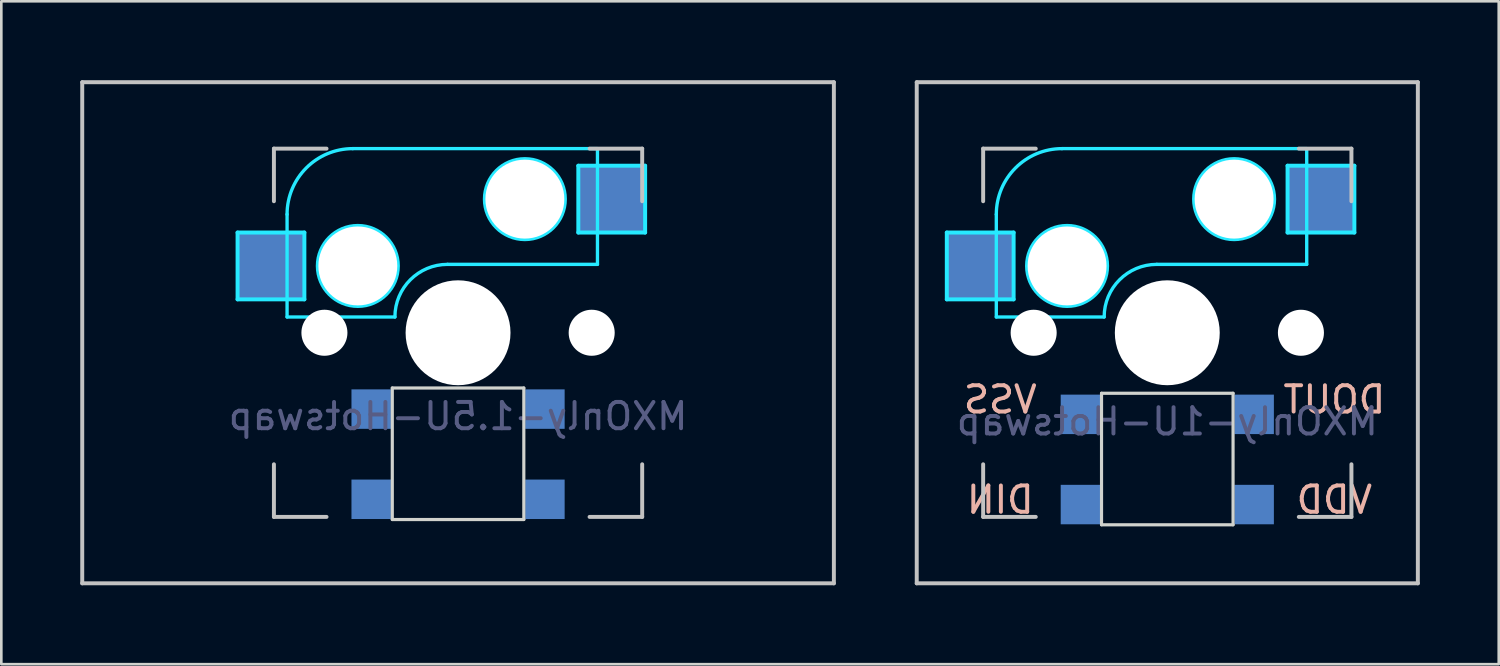
<source format=kicad_pcb>
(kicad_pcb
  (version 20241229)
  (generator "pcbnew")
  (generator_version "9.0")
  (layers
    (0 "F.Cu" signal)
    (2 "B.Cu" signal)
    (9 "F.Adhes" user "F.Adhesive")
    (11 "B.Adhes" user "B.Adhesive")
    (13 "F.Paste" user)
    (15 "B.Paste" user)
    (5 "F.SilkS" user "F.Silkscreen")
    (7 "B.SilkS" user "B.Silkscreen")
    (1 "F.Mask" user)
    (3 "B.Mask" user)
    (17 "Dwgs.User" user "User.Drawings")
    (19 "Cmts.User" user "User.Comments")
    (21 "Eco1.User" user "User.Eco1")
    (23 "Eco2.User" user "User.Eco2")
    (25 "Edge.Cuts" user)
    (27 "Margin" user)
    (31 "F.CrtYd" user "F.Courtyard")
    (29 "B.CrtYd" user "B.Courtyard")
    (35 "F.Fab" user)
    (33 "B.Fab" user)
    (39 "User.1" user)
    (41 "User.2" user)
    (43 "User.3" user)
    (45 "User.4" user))
  (footprint "MXOnly-1U-Hotswap"
    (layer "F.Cu")
    (at 41.325 9.6)
    (property "Reference" "MXOnly-1U-Hotswap" (at 0 3.375 0) (layer "B.Fab") (effects (font (size 1 1) (thickness 0.15)) (justify mirror)))
    (attr smd)
    (fp_line (start -9.525 -9.525) (end 9.525 -9.525) (stroke (width 0.15) (type solid)) (layer "Dwgs.User"))
    (fp_line (start -9.525 9.525) (end -9.525 -9.525) (stroke (width 0.15) (type solid)) (layer "Dwgs.User"))
    (fp_line (start -7 -7) (end -7 -5) (stroke (width 0.15) (type solid)) (layer "Dwgs.User"))
    (fp_line (start -7 5) (end -7 7) (stroke (width 0.15) (type solid)) (layer "Dwgs.User"))
    (fp_line (start -7 7) (end -5 7) (stroke (width 0.15) (type solid)) (layer "Dwgs.User"))
    (fp_line (start -5 -7) (end -7 -7) (stroke (width 0.15) (type solid)) (layer "Dwgs.User"))
    (fp_line (start 5 -7) (end 7 -7) (stroke (width 0.15) (type solid)) (layer "Dwgs.User"))
    (fp_line (start 5 7) (end 7 7) (stroke (width 0.15) (type solid)) (layer "Dwgs.User"))
    (fp_line (start 7 -7) (end 7 -5) (stroke (width 0.15) (type solid)) (layer "Dwgs.User"))
    (fp_line (start 7 7) (end 7 5) (stroke (width 0.15) (type solid)) (layer "Dwgs.User"))
    (fp_line (start 9.525 -9.525) (end 9.525 9.525) (stroke (width 0.15) (type solid)) (layer "Dwgs.User"))
    (fp_line (start 9.525 9.525) (end -9.525 9.525) (stroke (width 0.15) (type solid)) (layer "Dwgs.User"))
    (fp_line (start -2.5 2.3) (end 2.5 2.3) (stroke (width 0.12) (type solid)) (layer "Edge.Cuts"))
    (fp_line (start -2.5 7.3) (end -2.5 2.3) (stroke (width 0.12) (type solid)) (layer "Edge.Cuts"))
    (fp_line (start 2.5 2.3) (end 2.5 7.3) (stroke (width 0.12) (type solid)) (layer "Edge.Cuts"))
    (fp_line (start 2.5 7.3) (end -2.5 7.3) (stroke (width 0.12) (type solid)) (layer "Edge.Cuts"))
    (fp_line (start -8.382 -3.81) (end -8.382 -1.27) (stroke (width 0.15) (type solid)) (layer "B.CrtYd"))
    (fp_line (start -8.382 -1.27) (end -5.842 -1.27) (stroke (width 0.15) (type solid)) (layer "B.CrtYd"))
    (fp_line (start -6.5 -4.5) (end -6.5 -0.6) (stroke (width 0.127) (type solid)) (layer "B.CrtYd"))
    (fp_line (start -6.5 -0.6) (end -2.4 -0.6) (stroke (width 0.127) (type solid)) (layer "B.CrtYd"))
    (fp_line (start -5.842 -3.81) (end -8.382 -3.81) (stroke (width 0.15) (type solid)) (layer "B.CrtYd"))
    (fp_line (start -5.842 -1.27) (end -5.842 -3.81) (stroke (width 0.15) (type solid)) (layer "B.CrtYd"))
    (fp_line (start -0.4 -2.6) (end 5.3 -2.6) (stroke (width 0.127) (type solid)) (layer "B.CrtYd"))
    (fp_line (start 4.572 -6.35) (end 7.112 -6.35) (stroke (width 0.15) (type solid)) (layer "B.CrtYd"))
    (fp_line (start 4.572 -3.81) (end 4.572 -6.35) (stroke (width 0.15) (type solid)) (layer "B.CrtYd"))
    (fp_line (start 5.3 -7) (end -4 -7) (stroke (width 0.127) (type solid)) (layer "B.CrtYd"))
    (fp_line (start 5.3 -7) (end 5.3 -2.6) (stroke (width 0.127) (type solid)) (layer "B.CrtYd"))
    (fp_line (start 7.112 -6.35) (end 7.112 -3.81) (stroke (width 0.15) (type solid)) (layer "B.CrtYd"))
    (fp_line (start 7.112 -3.81) (end 4.572 -3.81) (stroke (width 0.15) (type solid)) (layer "B.CrtYd"))
    (fp_arc (start -6.5 -4.5) (mid -5.767767 -6.267767) (end -4 -7) (stroke (width 0.127) (type solid)) (layer "B.CrtYd"))
    (fp_arc (start -2.4 -0.6) (mid -1.814214 -2.014214) (end -0.4 -2.6) (stroke (width 0.127) (type solid)) (layer "B.CrtYd"))
    (fp_circle (center -3.81 -2.54) (end -3.81 -4.064) (stroke (width 0.15) (type solid)) (fill no) (layer "B.CrtYd"))
    (fp_circle (center 2.54 -5.08) (end 2.54 -6.604) (stroke (width 0.15) (type solid)) (fill no) (layer "B.CrtYd"))
    (fp_text user "VDD" (at 6.35 6.35 180) (layer "B.SilkS") (effects (font (size 1 1) (thickness 0.15)) (justify mirror)))
    (fp_text user "VSS" (at -6.35 2.54 0) (layer "B.SilkS") (effects (font (size 1 1) (thickness 0.15)) (justify mirror)))
    (fp_text user "DIN" (at -6.35 6.35 0) (layer "B.SilkS") (effects (font (size 1 1) (thickness 0.15)) (justify mirror)))
    (fp_text user "DOUT" (at 6.35 2.54 180) (layer "B.SilkS") (effects (font (size 1 1) (thickness 0.15)) (justify mirror)))
    (pad "" np_thru_hole circle (at -5.08 0 48.1) (size 1.75 1.75) (drill 1.75) (layers "*.Cu" "*.Mask"))
    (pad "" np_thru_hole circle (at -3.81 -2.54) (size 3 3) (drill 3) (layers "*.Cu" "*.Mask"))
    (pad "" np_thru_hole circle (at 0 0) (size 3.988 3.988) (drill 3.988) (layers "*.Cu" "*.Mask"))
    (pad "" np_thru_hole circle (at 2.54 -5.08) (size 3 3) (drill 3) (layers "*.Cu" "*.Mask"))
    (pad "" np_thru_hole circle (at 5.08 0 48.1) (size 1.75 1.75) (drill 1.75) (layers "*.Cu" "*.Mask"))
    (pad "1" smd rect (at -7.085 -2.54) (size 2.55 2.5) (layers "B.Cu" "B.Mask" "B.Paste"))
    (pad "2" smd rect (at 5.842 -5.08) (size 2.55 2.5) (layers "B.Cu" "B.Mask" "B.Paste"))
    (pad "3" smd rect (at -3.302 3.102) (size 1.5 1.5) (layers "B.Cu" "B.Mask" "B.Paste"))
    (pad "4" smd rect (at -3.302 6.531) (size 1.5 1.5) (layers "B.Cu" "B.Mask" "B.Paste"))
    (pad "5" smd rect (at 3.302 3.102) (size 1.5 1.5) (layers "B.Cu" "B.Mask" "B.Paste"))
    (pad "6" smd rect (at 3.302 6.531) (size 1.5 1.5) (layers "B.Cu" "B.Mask" "B.Paste")))
  (footprint "MXOnly-1.5U-Hotswap"
    (layer "F.Cu")
    (at 14.363 9.6)
    (property "Reference" "MXOnly-1.5U-Hotswap" (at 0 3.175 0) (layer "B.Fab") (effects (font (size 1 1) (thickness 0.15)) (justify mirror)))
    (attr smd)
    (fp_line (start -14.287 -9.525) (end 14.287 -9.525) (stroke (width 0.15) (type solid)) (layer "Dwgs.User"))
    (fp_line (start -14.287 9.525) (end -14.287 -9.525) (stroke (width 0.15) (type solid)) (layer "Dwgs.User"))
    (fp_line (start -7 -7) (end -7 -5) (stroke (width 0.15) (type solid)) (layer "Dwgs.User"))
    (fp_line (start -7 5) (end -7 7) (stroke (width 0.15) (type solid)) (layer "Dwgs.User"))
    (fp_line (start -7 7) (end -5 7) (stroke (width 0.15) (type solid)) (layer "Dwgs.User"))
    (fp_line (start -5 -7) (end -7 -7) (stroke (width 0.15) (type solid)) (layer "Dwgs.User"))
    (fp_line (start 5 -7) (end 7 -7) (stroke (width 0.15) (type solid)) (layer "Dwgs.User"))
    (fp_line (start 5 7) (end 7 7) (stroke (width 0.15) (type solid)) (layer "Dwgs.User"))
    (fp_line (start 7 -7) (end 7 -5) (stroke (width 0.15) (type solid)) (layer "Dwgs.User"))
    (fp_line (start 7 7) (end 7 5) (stroke (width 0.15) (type solid)) (layer "Dwgs.User"))
    (fp_line (start 14.287 -9.525) (end 14.287 9.525) (stroke (width 0.15) (type solid)) (layer "Dwgs.User"))
    (fp_line (start 14.287 9.525) (end -14.287 9.525) (stroke (width 0.15) (type solid)) (layer "Dwgs.User"))
    (fp_line (start -2.5 2.1) (end 2.5 2.1) (stroke (width 0.12) (type solid)) (layer "Edge.Cuts"))
    (fp_line (start -2.5 7.1) (end -2.5 2.1) (stroke (width 0.12) (type solid)) (layer "Edge.Cuts"))
    (fp_line (start 2.5 2.1) (end 2.5 7.1) (stroke (width 0.12) (type solid)) (layer "Edge.Cuts"))
    (fp_line (start 2.5 7.1) (end -2.5 7.1) (stroke (width 0.12) (type solid)) (layer "Edge.Cuts"))
    (fp_line (start -8.382 -3.81) (end -5.842 -3.81) (stroke (width 0.15) (type solid)) (layer "B.CrtYd"))
    (fp_line (start -8.382 -1.27) (end -8.382 -3.81) (stroke (width 0.15) (type solid)) (layer "B.CrtYd"))
    (fp_line (start -6.5 -4.5) (end -6.5 -0.6) (stroke (width 0.127) (type solid)) (layer "B.CrtYd"))
    (fp_line (start -6.5 -0.6) (end -2.4 -0.6) (stroke (width 0.127) (type solid)) (layer "B.CrtYd"))
    (fp_line (start -5.842 -3.81) (end -5.842 -1.27) (stroke (width 0.15) (type solid)) (layer "B.CrtYd"))
    (fp_line (start -5.842 -1.27) (end -8.382 -1.27) (stroke (width 0.15) (type solid)) (layer "B.CrtYd"))
    (fp_line (start -0.4 -2.6) (end 5.3 -2.6) (stroke (width 0.127) (type solid)) (layer "B.CrtYd"))
    (fp_line (start 4.572 -6.35) (end 7.112 -6.35) (stroke (width 0.15) (type solid)) (layer "B.CrtYd"))
    (fp_line (start 4.572 -3.81) (end 4.572 -6.35) (stroke (width 0.15) (type solid)) (layer "B.CrtYd"))
    (fp_line (start 5.3 -7) (end -4 -7) (stroke (width 0.127) (type solid)) (layer "B.CrtYd"))
    (fp_line (start 5.3 -7) (end 5.3 -2.6) (stroke (width 0.127) (type solid)) (layer "B.CrtYd"))
    (fp_line (start 7.112 -6.35) (end 7.112 -3.81) (stroke (width 0.15) (type solid)) (layer "B.CrtYd"))
    (fp_line (start 7.112 -3.81) (end 4.572 -3.81) (stroke (width 0.15) (type solid)) (layer "B.CrtYd"))
    (fp_arc (start -6.5 -4.5) (mid -5.767767 -6.267767) (end -4 -7) (stroke (width 0.127) (type solid)) (layer "B.CrtYd"))
    (fp_arc (start -2.4 -0.6) (mid -1.814214 -2.014214) (end -0.4 -2.6) (stroke (width 0.127) (type solid)) (layer "B.CrtYd"))
    (fp_circle (center -3.81 -2.54) (end -3.81 -4.064) (stroke (width 0.15) (type solid)) (fill no) (layer "B.CrtYd"))
    (fp_circle (center 2.54 -5.08) (end 2.54 -6.604) (stroke (width 0.15) (type solid)) (fill no) (layer "B.CrtYd"))
    (pad "" np_thru_hole circle (at -5.08 0 48.1) (size 1.75 1.75) (drill 1.75) (layers "*.Cu" "*.Mask"))
    (pad "" np_thru_hole circle (at -3.81 -2.54) (size 3 3) (drill 3) (layers "*.Cu" "*.Mask"))
    (pad "" np_thru_hole circle (at 0 0) (size 3.988 3.988) (drill 3.988) (layers "*.Cu" "*.Mask"))
    (pad "" np_thru_hole circle (at 2.54 -5.08) (size 3 3) (drill 3) (layers "*.Cu" "*.Mask"))
    (pad "" np_thru_hole circle (at 5.08 0 48.1) (size 1.75 1.75) (drill 1.75) (layers "*.Cu" "*.Mask"))
    (pad "1" smd rect (at -7.085 -2.54) (size 2.55 2.5) (layers "B.Cu" "B.Mask" "B.Paste"))
    (pad "2" smd rect (at 5.842 -5.08) (size 2.55 2.5) (layers "B.Cu" "B.Mask" "B.Paste"))
    (pad "3" smd rect (at -3.302 2.902) (size 1.5 1.5) (layers "B.Cu" "B.Mask" "B.Paste"))
    (pad "4" smd rect (at -3.302 6.331) (size 1.5 1.5) (layers "B.Cu" "B.Mask" "B.Paste"))
    (pad "5" smd rect (at 3.302 2.902) (size 1.5 1.5) (layers "B.Cu" "B.Mask" "B.Paste"))
    (pad "6" smd rect (at 3.302 6.331) (size 1.5 1.5) (layers "B.Cu" "B.Mask" "B.Paste")))
  (gr_rect
    (start -3 -3)
    (end 53.925 22.2)
    (stroke (width 0.1) (type default))
    (fill no)
    (layer "Edge.Cuts")))
</source>
